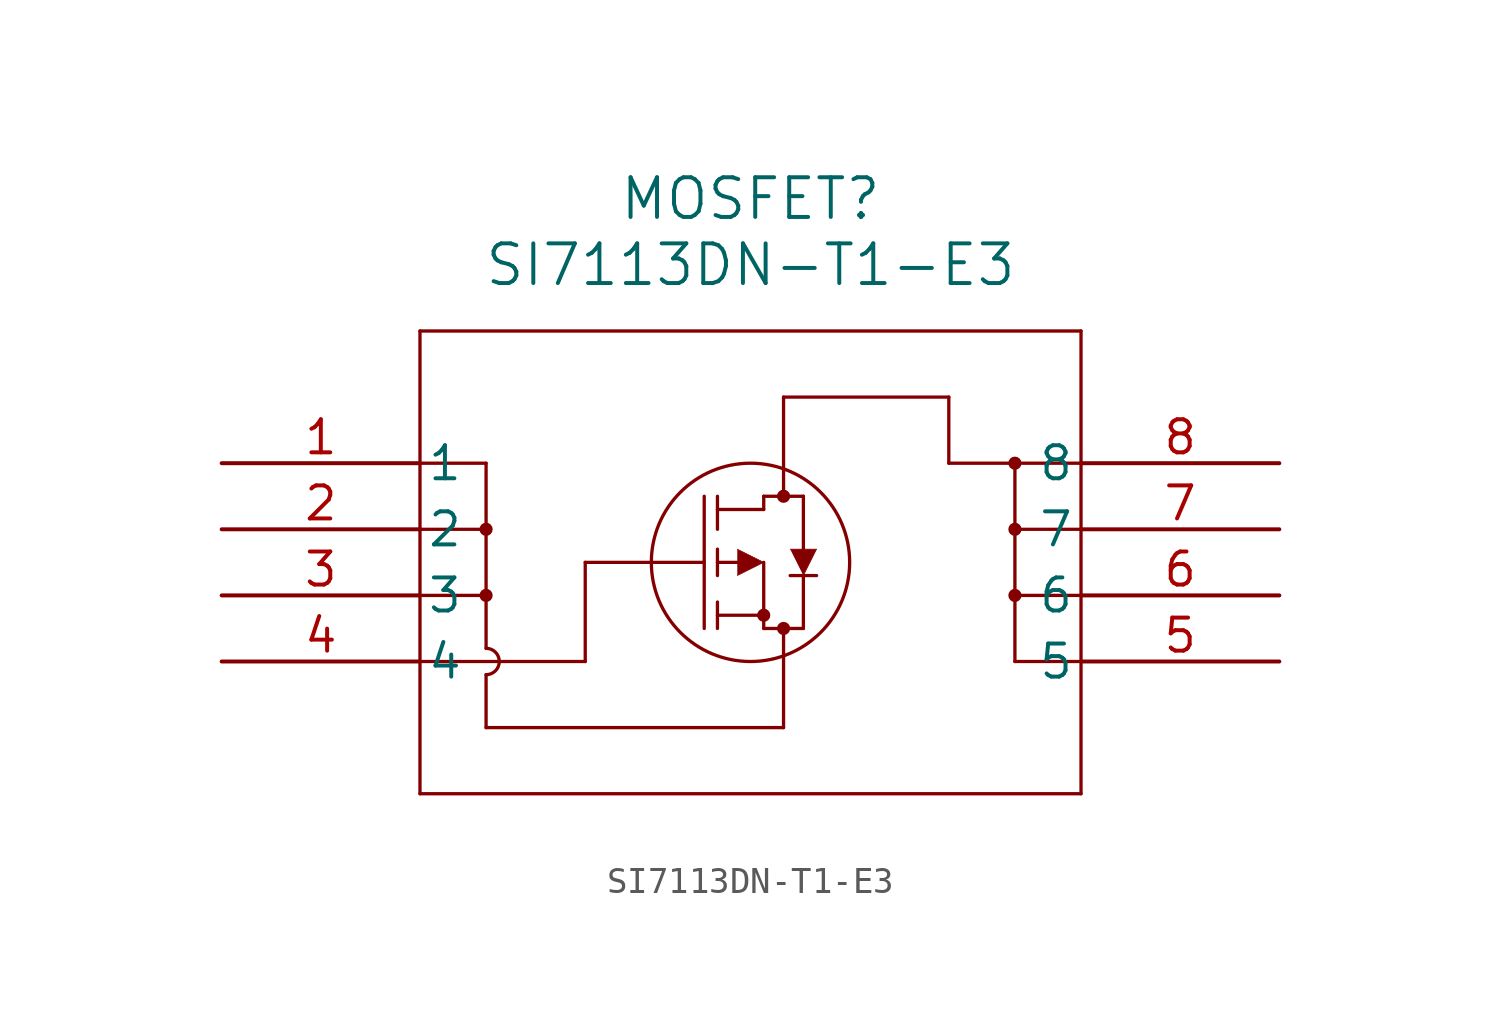
<source format=kicad_sym>
(kicad_symbol_lib
  (version 20211014)
  (generator kicad_symbol_editor)
  (symbol "SI7113DN-T1-E3"
    (pin_names
      (offset 0.254))
    (property "Reference" "MOSFET"
      (at 20.32 10.16 0)
      (effects (font (size 1.524 1.524))))
    (property "Value" "SI7113DN-T1-E3"
      (at 20.32 7.62 0)
      (effects (font (size 1.524 1.524))))
    (symbol "SI7113DN-T1-E3_0_1"
      (polyline (pts (xy 7.62 5.08) (xy 7.62 -12.7)) (stroke (width 0.127) (type default) (color 0 0 0 0)) (fill (type none)))
      (polyline (pts (xy 7.62 -12.7) (xy 33.02 -12.7)) (stroke (width 0.127) (type default) (color 0 0 0 0)) (fill (type none)))
      (polyline (pts (xy 33.02 -12.7) (xy 33.02 5.08)) (stroke (width 0.127) (type default) (color 0 0 0 0)) (fill (type none)))
      (polyline (pts (xy 33.02 5.08) (xy 7.62 5.08)) (stroke (width 0.127) (type default) (color 0 0 0 0)) (fill (type none)))
      (circle (center 21.59 -1.27) (radius 0.127) (stroke (width 0.254) (type default) (color 0 0 0 0)) (fill (type none)))
      (circle (center 21.59 -6.35) (radius 0.127) (stroke (width 0.254) (type default) (color 0 0 0 0)) (fill (type none)))
      (circle (center 20.828 -5.842) (radius 0.127) (stroke (width 0.254) (type default) (color 0 0 0 0)) (fill (type none)))
      (circle (center 20.32 -3.81) (radius 3.81) (stroke (width 0.127) (type default) (color 0 0 0 0)) (fill (type none)))
      (polyline (pts (xy 13.97 -3.81) (xy 18.542 -3.81)) (stroke (width 0.127) (type default) (color 0 0 0 0)) (fill (type none)))
      (polyline (pts (xy 18.542 -6.35) (xy 18.542 -1.27)) (stroke (width 0.127) (type default) (color 0 0 0 0)) (fill (type none)))
      (polyline (pts (xy 19.05 -4.318) (xy 19.05 -3.302)) (stroke (width 0.127) (type default) (color 0 0 0 0)) (fill (type none)))
      (polyline (pts (xy 19.05 -6.35) (xy 19.05 -5.334)) (stroke (width 0.127) (type default) (color 0 0 0 0)) (fill (type none)))
      (polyline (pts (xy 19.05 -2.54) (xy 19.05 -1.27)) (stroke (width 0.127) (type default) (color 0 0 0 0)) (fill (type none)))
      (polyline (pts (xy 19.05 -3.81) (xy 20.066 -3.81)) (stroke (width 0.127) (type default) (color 0 0 0 0)) (fill (type none)))
      (polyline (pts (xy 19.05 -5.842) (xy 20.828 -5.842)) (stroke (width 0.127) (type default) (color 0 0 0 0)) (fill (type none)))
      (polyline (pts (xy 20.828 -6.35) (xy 20.828 -3.81)) (stroke (width 0.127) (type default) (color 0 0 0 0)) (fill (type none)))
      (polyline (pts (xy 20.828 -6.35) (xy 22.352 -6.35)) (stroke (width 0.127) (type default) (color 0 0 0 0)) (fill (type none)))
      (polyline (pts (xy 19.05 -1.778) (xy 20.828 -1.778)) (stroke (width 0.127) (type default) (color 0 0 0 0)) (fill (type none)))
      (polyline (pts (xy 22.352 -3.302) (xy 22.352 -1.27)) (stroke (width 0.127) (type default) (color 0 0 0 0)) (fill (type none)))
      (polyline (pts (xy 22.352 -6.35) (xy 22.352 -4.318)) (stroke (width 0.127) (type default) (color 0 0 0 0)) (fill (type none)))
      (polyline (pts (xy 21.844 -4.318) (xy 22.86 -4.318)) (stroke (width 0.127) (type default) (color 0 0 0 0)) (fill (type none)))
      (polyline (pts (xy 20.828 -1.27) (xy 22.352 -1.27)) (stroke (width 0.127) (type default) (color 0 0 0 0)) (fill (type none)))
      (polyline (pts (xy 20.828 -1.778) (xy 20.828 -1.27)) (stroke (width 0.127) (type default) (color 0 0 0 0)) (fill (type none)))
      (polyline (pts (xy 19.812 -4.318) (xy 20.828 -3.81) (xy 19.812 -3.302)) (stroke (width 0.025) (type default) (color 0 0 0 0)) (fill (type outline)))
      (polyline (pts (xy 21.844 -3.302) (xy 22.86 -3.302) (xy 22.352 -4.318)) (stroke (width 0.025) (type default) (color 0 0 0 0)) (fill (type outline)))
      (polyline (pts (xy 7.62 -7.62) (xy 13.97 -7.62)) (stroke (width 0.127) (type default) (color 0 0 0 0)) (fill (type none)))
      (polyline (pts (xy 13.97 -7.62) (xy 13.97 -3.81)) (stroke (width 0.127) (type default) (color 0 0 0 0)) (fill (type none)))
      (polyline (pts (xy 7.62 0) (xy 10.16 0)) (stroke (width 0.127) (type default) (color 0 0 0 0)) (fill (type none)))
      (polyline (pts (xy 7.62 -2.54) (xy 10.16 -2.54)) (stroke (width 0.127) (type default) (color 0 0 0 0)) (fill (type none)))
      (polyline (pts (xy 7.62 -5.08) (xy 10.16 -5.08)) (stroke (width 0.127) (type default) (color 0 0 0 0)) (fill (type none)))
      (polyline (pts (xy 10.16 0) (xy 10.16 -7.112)) (stroke (width 0.127) (type default) (color 0 0 0 0)) (fill (type none)))
      (polyline (pts (xy 10.16 -8.128) (xy 10.16 -10.16)) (stroke (width 0.127) (type default) (color 0 0 0 0)) (fill (type none)))
      (polyline (pts (xy 10.16 -10.16) (xy 21.59 -10.16)) (stroke (width 0.127) (type default) (color 0 0 0 0)) (fill (type none)))
      (polyline (pts (xy 21.59 -10.16) (xy 21.59 -6.35)) (stroke (width 0.127) (type default) (color 0 0 0 0)) (fill (type none)))
      (polyline (pts (xy 33.02 -7.62) (xy 30.48 -7.62)) (stroke (width 0.127) (type default) (color 0 0 0 0)) (fill (type none)))
      (polyline (pts (xy 30.48 -7.62) (xy 30.48 0)) (stroke (width 0.127) (type default) (color 0 0 0 0)) (fill (type none)))
      (polyline (pts (xy 33.02 -5.08) (xy 30.48 -5.08)) (stroke (width 0.127) (type default) (color 0 0 0 0)) (fill (type none)))
      (polyline (pts (xy 33.02 -2.54) (xy 30.48 -2.54)) (stroke (width 0.127) (type default) (color 0 0 0 0)) (fill (type none)))
      (polyline (pts (xy 33.02 0) (xy 27.94 0)) (stroke (width 0.127) (type default) (color 0 0 0 0)) (fill (type none)))
      (polyline (pts (xy 27.94 0) (xy 27.94 2.54)) (stroke (width 0.127) (type default) (color 0 0 0 0)) (fill (type none)))
      (polyline (pts (xy 27.94 2.54) (xy 21.59 2.54)) (stroke (width 0.127) (type default) (color 0 0 0 0)) (fill (type none)))
      (polyline (pts (xy 21.59 2.54) (xy 21.59 -1.27)) (stroke (width 0.127) (type default) (color 0 0 0 0)) (fill (type none)))
      (arc (start 10.16 -8.128) (mid 10.668 -7.62) (end 10.16 -7.112) (stroke (width 0.127) (type default) (color 0 0 0 0)) (fill (type none)))
      (circle (center 10.16 -2.54) (radius 0.127) (stroke (width 0.254) (type default) (color 0 0 0 0)) (fill (type none)))
      (circle (center 10.16 -5.08) (radius 0.127) (stroke (width 0.254) (type default) (color 0 0 0 0)) (fill (type none)))
      (circle (center 30.48 0) (radius 0.127) (stroke (width 0.254) (type default) (color 0 0 0 0)) (fill (type none)))
      (circle (center 30.48 -2.54) (radius 0.127) (stroke (width 0.254) (type default) (color 0 0 0 0)) (fill (type none)))
      (circle (center 30.48 -5.08) (radius 0.127) (stroke (width 0.254) (type default) (color 0 0 0 0)) (fill (type none)))
      (pin unspecified line (at 0 0 0) (length 7.62) (name "1" (effects (font (size 1.27 1.27)))) (number "1" (effects (font (size 1.27 1.27)))))
      (pin unspecified line (at 0 -2.54 0) (length 7.62) (name "2" (effects (font (size 1.27 1.27)))) (number "2" (effects (font (size 1.27 1.27)))))
      (pin unspecified line (at 0 -5.08 0) (length 7.62) (name "3" (effects (font (size 1.27 1.27)))) (number "3" (effects (font (size 1.27 1.27)))))
      (pin unspecified line (at 0 -7.62 0) (length 7.62) (name "4" (effects (font (size 1.27 1.27)))) (number "4" (effects (font (size 1.27 1.27)))))
      (pin unspecified line (at 40.64 -7.62 180) (length 7.62) (name "5" (effects (font (size 1.27 1.27)))) (number "5" (effects (font (size 1.27 1.27)))))
      (pin unspecified line (at 40.64 -5.08 180) (length 7.62) (name "6" (effects (font (size 1.27 1.27)))) (number "6" (effects (font (size 1.27 1.27)))))
      (pin unspecified line (at 40.64 -2.54 180) (length 7.62) (name "7" (effects (font (size 1.27 1.27)))) (number "7" (effects (font (size 1.27 1.27)))))
      (pin unspecified line (at 40.64 0 180) (length 7.62) (name "8" (effects (font (size 1.27 1.27)))) (number "8" (effects (font (size 1.27 1.27))))))))
</source>
